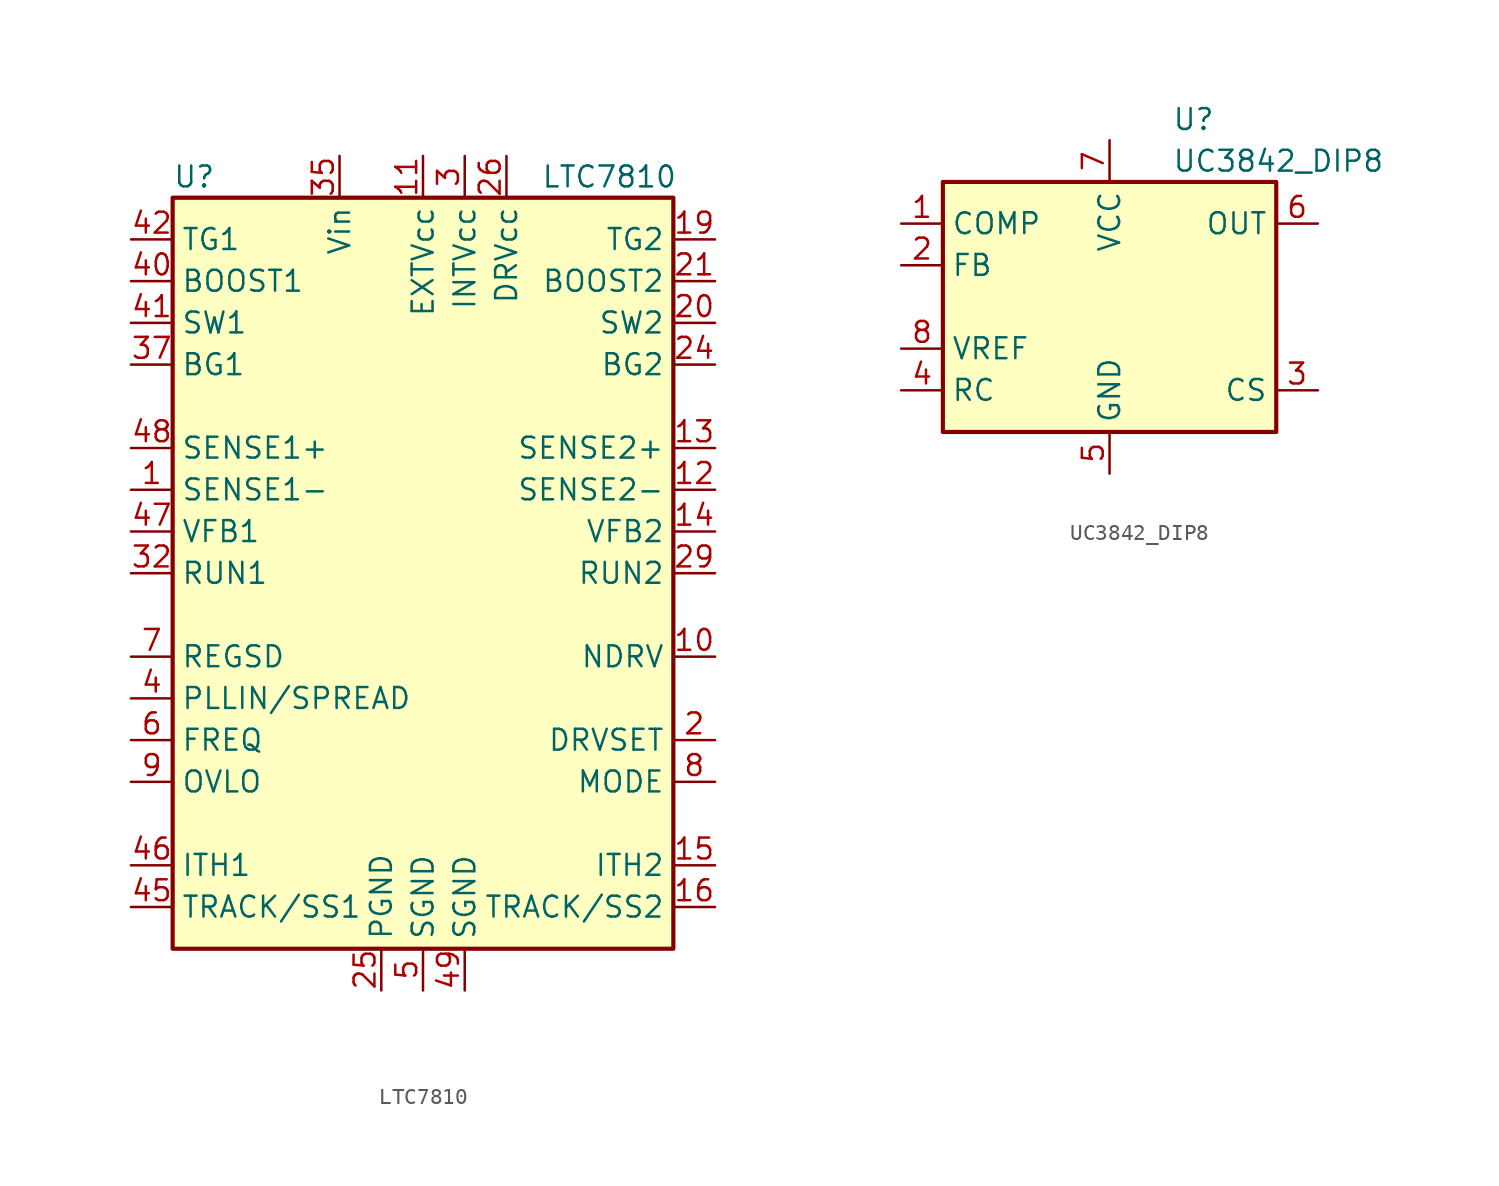
<source format=kicad_sym>
(kicad_symbol_lib
  (version 20211014)
  (generator kicad_symbol_editor)
  (symbol "LTC7810"
    (property "Reference" "U"
      (at -15.24 24.13 0)
      (effects (font (size 1.27 1.27)) (justify left)))
    (property "Value" "LTC7810"
      (at 15.494 24.13 0)
      (effects (font (size 1.27 1.27)) (justify right)))
    (symbol "LTC7810_0_1"
      (rectangle (start -15.24 22.86) (end 15.24 -22.86) (stroke (width 0.254) (type default) (color 0 0 0 0)) (fill (type background))))
    (symbol "LTC7810_1_1"
      (pin input line (at -17.78 5.08 0) (length 2.54) (name "SENSE1-" (effects (font (size 1.27 1.27)))) (number "1" (effects (font (size 1.27 1.27)))))
      (pin output line (at 17.78 -5.08 180) (length 2.54) (name "NDRV" (effects (font (size 1.27 1.27)))) (number "10" (effects (font (size 1.27 1.27)))))
      (pin power_in line (at 0 25.4 270) (length 2.54) (name "EXTVcc" (effects (font (size 1.27 1.27)))) (number "11" (effects (font (size 1.27 1.27)))))
      (pin input line (at 17.78 5.08 180) (length 2.54) (name "SENSE2-" (effects (font (size 1.27 1.27)))) (number "12" (effects (font (size 1.27 1.27)))))
      (pin input line (at 17.78 7.62 180) (length 2.54) (name "SENSE2+" (effects (font (size 1.27 1.27)))) (number "13" (effects (font (size 1.27 1.27)))))
      (pin input line (at 17.78 2.54 180) (length 2.54) (name "VFB2" (effects (font (size 1.27 1.27)))) (number "14" (effects (font (size 1.27 1.27)))))
      (pin passive line (at 17.78 -17.78 180) (length 2.54) (name "ITH2" (effects (font (size 1.27 1.27)))) (number "15" (effects (font (size 1.27 1.27)))))
      (pin input line (at 17.78 -20.32 180) (length 2.54) (name "TRACK/SS2" (effects (font (size 1.27 1.27)))) (number "16" (effects (font (size 1.27 1.27)))))
      (pin output line (at 17.78 20.32 180) (length 2.54) (name "TG2" (effects (font (size 1.27 1.27)))) (number "19" (effects (font (size 1.27 1.27)))))
      (pin input line (at 17.78 -10.16 180) (length 2.54) (name "DRVSET" (effects (font (size 1.27 1.27)))) (number "2" (effects (font (size 1.27 1.27)))))
      (pin output line (at 17.78 15.24 180) (length 2.54) (name "SW2" (effects (font (size 1.27 1.27)))) (number "20" (effects (font (size 1.27 1.27)))))
      (pin output line (at 17.78 17.78 180) (length 2.54) (name "BOOST2" (effects (font (size 1.27 1.27)))) (number "21" (effects (font (size 1.27 1.27)))))
      (pin output line (at 17.78 12.7 180) (length 2.54) (name "BG2" (effects (font (size 1.27 1.27)))) (number "24" (effects (font (size 1.27 1.27)))))
      (pin power_in line (at -2.54 -25.4 90) (length 2.54) (name "PGND" (effects (font (size 1.27 1.27)))) (number "25" (effects (font (size 1.27 1.27)))))
      (pin power_out line (at 5.08 25.4 270) (length 2.54) (name "DRVcc" (effects (font (size 1.27 1.27)))) (number "26" (effects (font (size 1.27 1.27)))))
      (pin input line (at 17.78 0 180) (length 2.54) (name "RUN2" (effects (font (size 1.27 1.27)))) (number "29" (effects (font (size 1.27 1.27)))))
      (pin power_out line (at 2.54 25.4 270) (length 2.54) (name "INTVcc" (effects (font (size 1.27 1.27)))) (number "3" (effects (font (size 1.27 1.27)))))
      (pin input line (at -17.78 0 0) (length 2.54) (name "RUN1" (effects (font (size 1.27 1.27)))) (number "32" (effects (font (size 1.27 1.27)))))
      (pin power_in line (at -5.08 25.4 270) (length 2.54) (name "Vin" (effects (font (size 1.27 1.27)))) (number "35" (effects (font (size 1.27 1.27)))))
      (pin output line (at -17.78 12.7 0) (length 2.54) (name "BG1" (effects (font (size 1.27 1.27)))) (number "37" (effects (font (size 1.27 1.27)))))
      (pin input line (at -17.78 -7.62 0) (length 2.54) (name "PLLIN/SPREAD" (effects (font (size 1.27 1.27)))) (number "4" (effects (font (size 1.27 1.27)))))
      (pin output line (at -17.78 17.78 0) (length 2.54) (name "BOOST1" (effects (font (size 1.27 1.27)))) (number "40" (effects (font (size 1.27 1.27)))))
      (pin output line (at -17.78 15.24 0) (length 2.54) (name "SW1" (effects (font (size 1.27 1.27)))) (number "41" (effects (font (size 1.27 1.27)))))
      (pin output line (at -17.78 20.32 0) (length 2.54) (name "TG1" (effects (font (size 1.27 1.27)))) (number "42" (effects (font (size 1.27 1.27)))))
      (pin input line (at -17.78 -20.32 0) (length 2.54) (name "TRACK/SS1" (effects (font (size 1.27 1.27)))) (number "45" (effects (font (size 1.27 1.27)))))
      (pin passive line (at -17.78 -17.78 0) (length 2.54) (name "ITH1" (effects (font (size 1.27 1.27)))) (number "46" (effects (font (size 1.27 1.27)))))
      (pin input line (at -17.78 2.54 0) (length 2.54) (name "VFB1" (effects (font (size 1.27 1.27)))) (number "47" (effects (font (size 1.27 1.27)))))
      (pin input line (at -17.78 7.62 0) (length 2.54) (name "SENSE1+" (effects (font (size 1.27 1.27)))) (number "48" (effects (font (size 1.27 1.27)))))
      (pin power_in line (at 2.54 -25.4 90) (length 2.54) (name "SGND" (effects (font (size 1.27 1.27)))) (number "49" (effects (font (size 1.27 1.27)))))
      (pin power_in line (at 0 -25.4 90) (length 2.54) (name "SGND" (effects (font (size 1.27 1.27)))) (number "5" (effects (font (size 1.27 1.27)))))
      (pin input line (at -17.78 -10.16 0) (length 2.54) (name "FREQ" (effects (font (size 1.27 1.27)))) (number "6" (effects (font (size 1.27 1.27)))))
      (pin passive line (at -17.78 -5.08 0) (length 2.54) (name "REGSD" (effects (font (size 1.27 1.27)))) (number "7" (effects (font (size 1.27 1.27)))))
      (pin input line (at 17.78 -12.7 180) (length 2.54) (name "MODE" (effects (font (size 1.27 1.27)))) (number "8" (effects (font (size 1.27 1.27)))))
      (pin input line (at -17.78 -12.7 0) (length 2.54) (name "OVLO" (effects (font (size 1.27 1.27)))) (number "9" (effects (font (size 1.27 1.27)))))))
  (symbol "UC3842_DIP8"
    (property "Reference" "U"
      (at 3.81 11.43 0)
      (effects (font (size 1.27 1.27)) (justify left)))
    (property "Value" "UC3842_DIP8"
      (at 3.81 8.89 0)
      (effects (font (size 1.27 1.27)) (justify left)))
    (symbol "UC3842_DIP8_0_1"
      (rectangle (start -10.16 -7.62) (end 10.16 7.62) (stroke (width 0.254) (type default) (color 0 0 0 0)) (fill (type background))))
    (symbol "UC3842_DIP8_1_1"
      (pin passive line (at -12.7 5.08 0) (length 2.54) (name "COMP" (effects (font (size 1.27 1.27)))) (number "1" (effects (font (size 1.27 1.27)))))
      (pin input line (at -12.7 2.54 0) (length 2.54) (name "FB" (effects (font (size 1.27 1.27)))) (number "2" (effects (font (size 1.27 1.27)))))
      (pin input line (at 12.7 -5.08 180) (length 2.54) (name "CS" (effects (font (size 1.27 1.27)))) (number "3" (effects (font (size 1.27 1.27)))))
      (pin passive line (at -12.7 -5.08 0) (length 2.54) (name "RC" (effects (font (size 1.27 1.27)))) (number "4" (effects (font (size 1.27 1.27)))))
      (pin power_in line (at 0 -10.16 90) (length 2.54) (name "GND" (effects (font (size 1.27 1.27)))) (number "5" (effects (font (size 1.27 1.27)))))
      (pin output line (at 12.7 5.08 180) (length 2.54) (name "OUT" (effects (font (size 1.27 1.27)))) (number "6" (effects (font (size 1.27 1.27)))))
      (pin power_in line (at 0 10.16 270) (length 2.54) (name "VCC" (effects (font (size 1.27 1.27)))) (number "7" (effects (font (size 1.27 1.27)))))
      (pin power_out line (at -12.7 -2.54 0) (length 2.54) (name "VREF" (effects (font (size 1.27 1.27)))) (number "8" (effects (font (size 1.27 1.27))))))))
</source>
